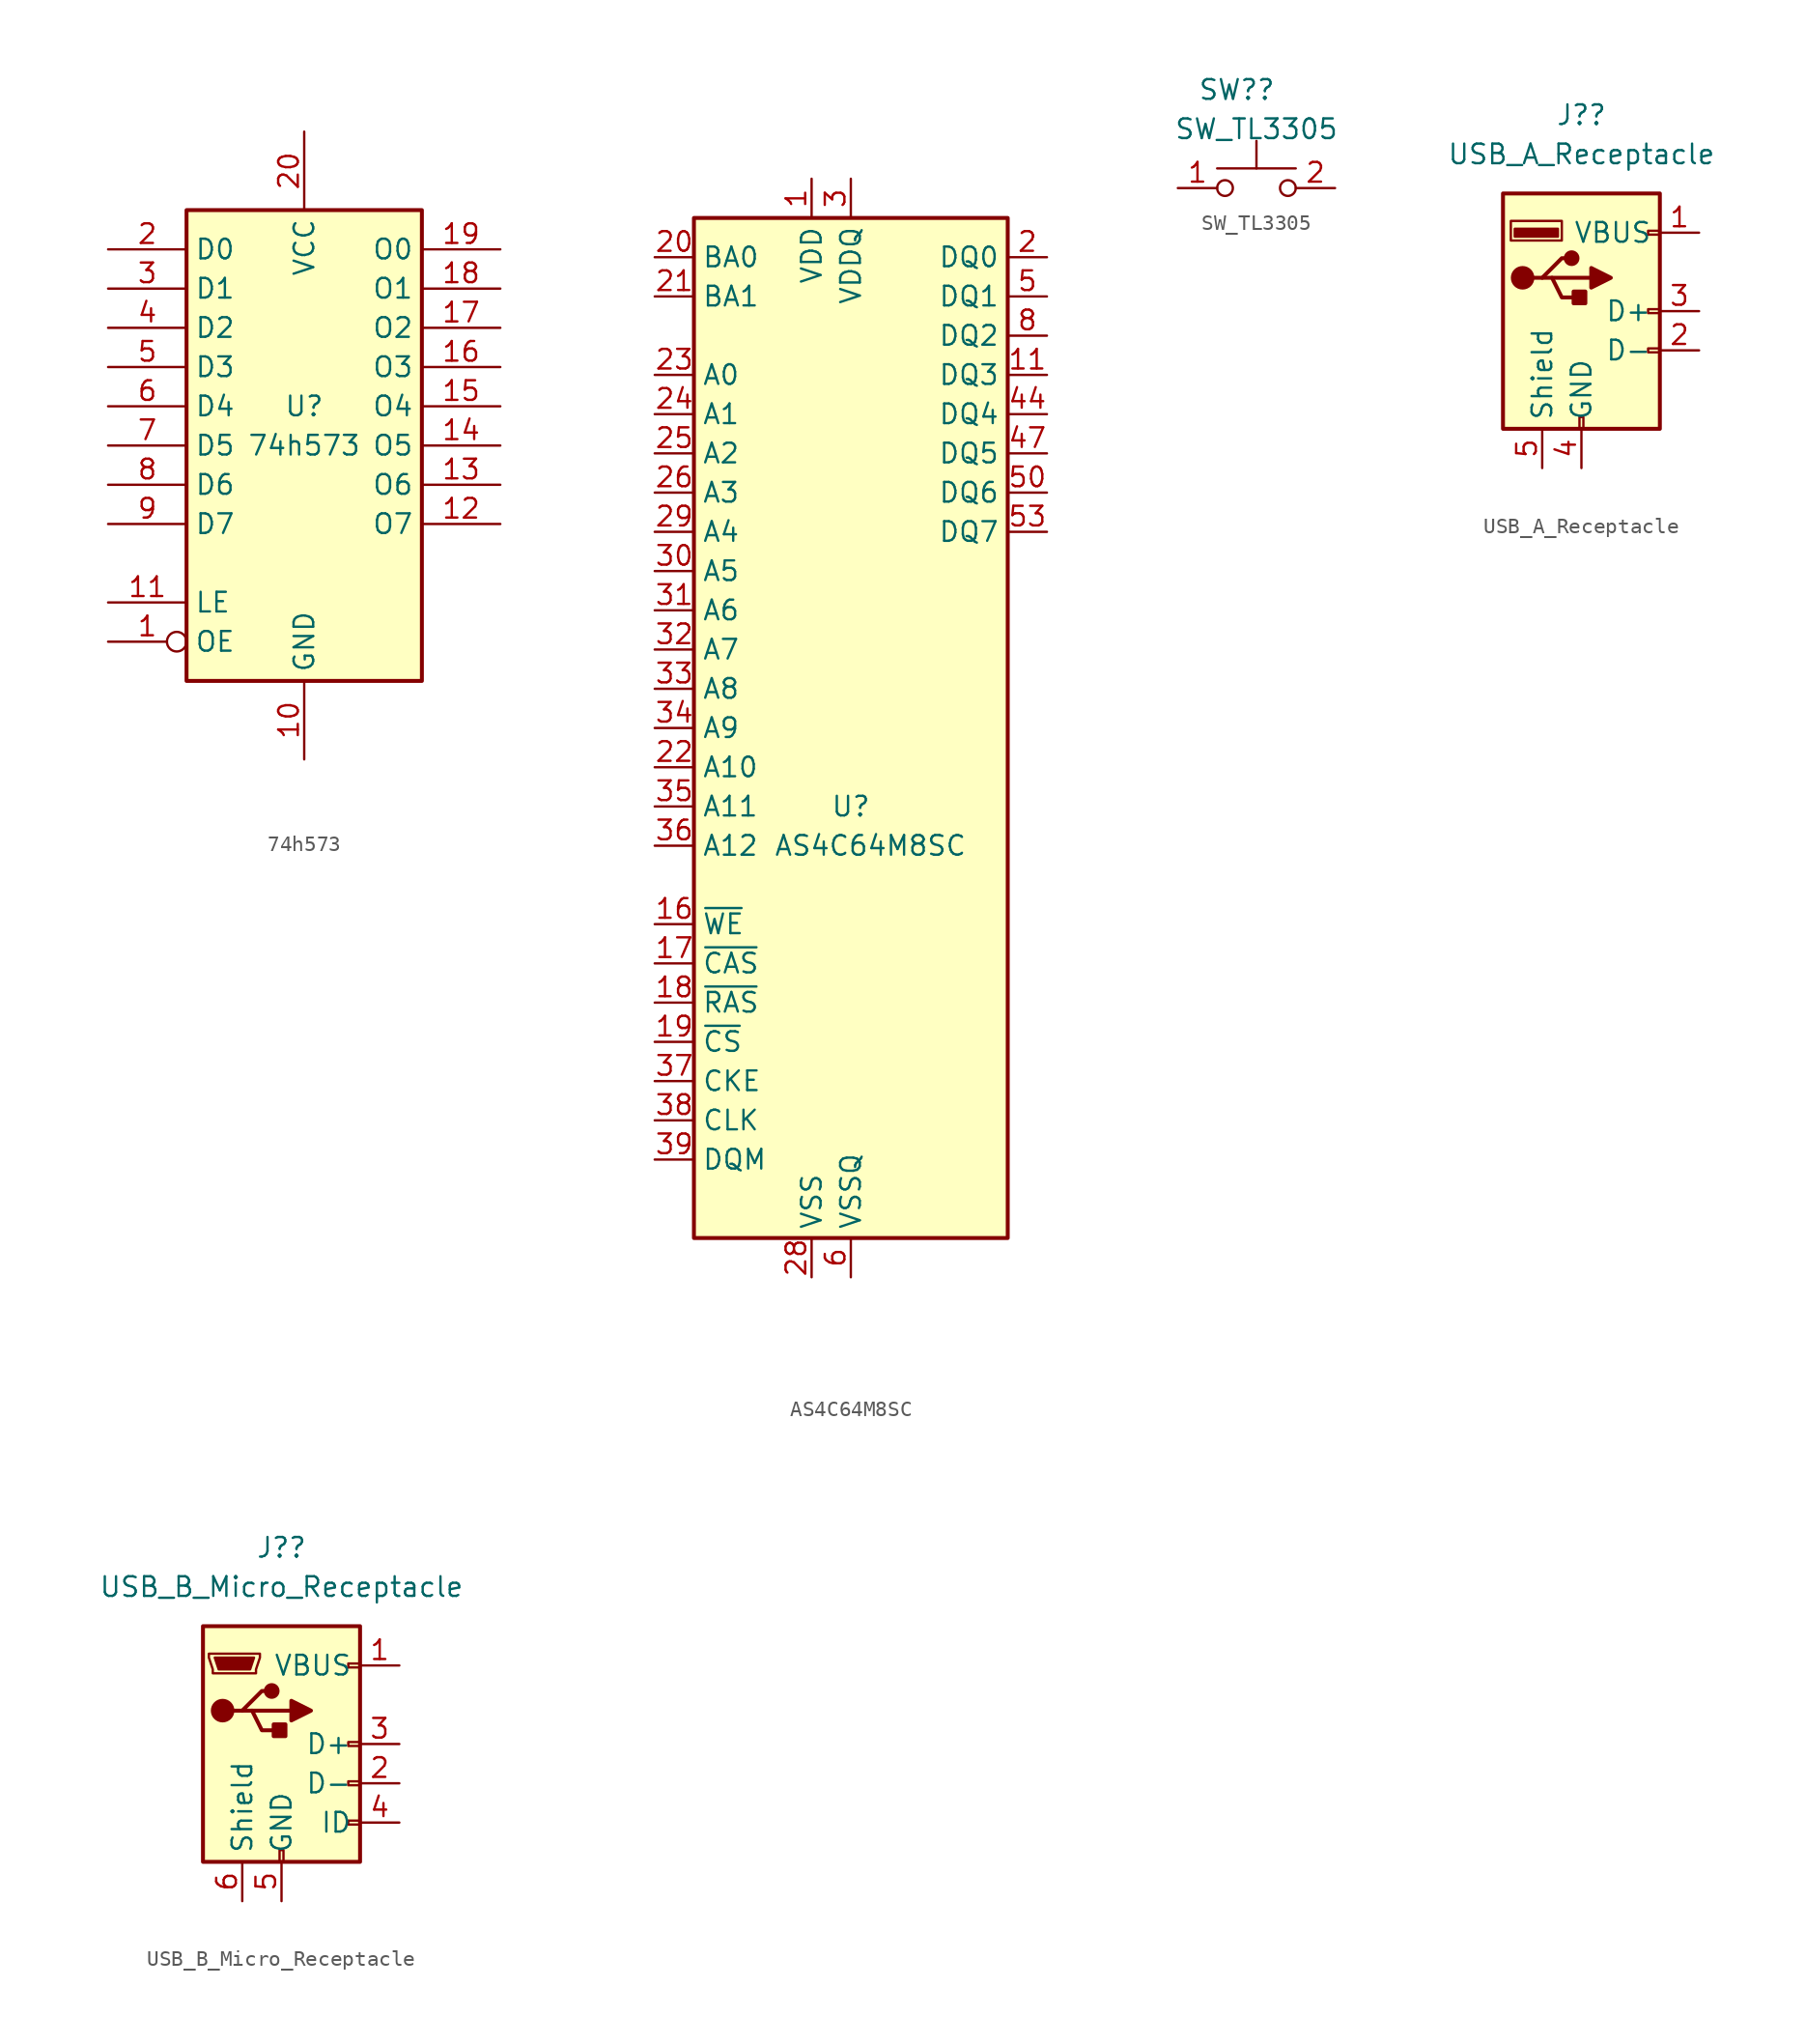
<source format=kicad_sym>
(kicad_symbol_lib
  (version 20211014)
  (generator kicad_symbol_editor)
  (symbol "74h573"
    (property "Reference" "U"
      (at 0 1.27 0)
      (effects (font (size 1.27 1.27))))
    (property "Value" "74h573"
      (at 0 -1.27 0)
      (effects (font (size 1.27 1.27))))
    (symbol "74h573_1_0"
      (pin input inverted (at -12.7 -13.97 0) (length 5.08) (name "OE" (effects (font (size 1.27 1.27)))) (number "1" (effects (font (size 1.27 1.27)))))
      (pin power_in line (at 0 -21.59 90) (length 5.08) (name "GND" (effects (font (size 1.27 1.27)))) (number "10" (effects (font (size 1.27 1.27)))))
      (pin input line (at -12.7 -11.43 0) (length 5.08) (name "LE" (effects (font (size 1.27 1.27)))) (number "11" (effects (font (size 1.27 1.27)))))
      (pin tri_state line (at 12.7 -6.35 180) (length 5.08) (name "O7" (effects (font (size 1.27 1.27)))) (number "12" (effects (font (size 1.27 1.27)))))
      (pin tri_state line (at 12.7 -3.81 180) (length 5.08) (name "O6" (effects (font (size 1.27 1.27)))) (number "13" (effects (font (size 1.27 1.27)))))
      (pin tri_state line (at 12.7 -1.27 180) (length 5.08) (name "O5" (effects (font (size 1.27 1.27)))) (number "14" (effects (font (size 1.27 1.27)))))
      (pin tri_state line (at 12.7 1.27 180) (length 5.08) (name "O4" (effects (font (size 1.27 1.27)))) (number "15" (effects (font (size 1.27 1.27)))))
      (pin tri_state line (at 12.7 3.81 180) (length 5.08) (name "O3" (effects (font (size 1.27 1.27)))) (number "16" (effects (font (size 1.27 1.27)))))
      (pin tri_state line (at 12.7 6.35 180) (length 5.08) (name "O2" (effects (font (size 1.27 1.27)))) (number "17" (effects (font (size 1.27 1.27)))))
      (pin tri_state line (at 12.7 8.89 180) (length 5.08) (name "O1" (effects (font (size 1.27 1.27)))) (number "18" (effects (font (size 1.27 1.27)))))
      (pin tri_state line (at 12.7 11.43 180) (length 5.08) (name "O0" (effects (font (size 1.27 1.27)))) (number "19" (effects (font (size 1.27 1.27)))))
      (pin input line (at -12.7 11.43 0) (length 5.08) (name "D0" (effects (font (size 1.27 1.27)))) (number "2" (effects (font (size 1.27 1.27)))))
      (pin power_in line (at 0 19.05 270) (length 5.08) (name "VCC" (effects (font (size 1.27 1.27)))) (number "20" (effects (font (size 1.27 1.27)))))
      (pin input line (at -12.7 8.89 0) (length 5.08) (name "D1" (effects (font (size 1.27 1.27)))) (number "3" (effects (font (size 1.27 1.27)))))
      (pin input line (at -12.7 6.35 0) (length 5.08) (name "D2" (effects (font (size 1.27 1.27)))) (number "4" (effects (font (size 1.27 1.27)))))
      (pin input line (at -12.7 3.81 0) (length 5.08) (name "D3" (effects (font (size 1.27 1.27)))) (number "5" (effects (font (size 1.27 1.27)))))
      (pin input line (at -12.7 1.27 0) (length 5.08) (name "D4" (effects (font (size 1.27 1.27)))) (number "6" (effects (font (size 1.27 1.27)))))
      (pin input line (at -12.7 -1.27 0) (length 5.08) (name "D5" (effects (font (size 1.27 1.27)))) (number "7" (effects (font (size 1.27 1.27)))))
      (pin input line (at -12.7 -3.81 0) (length 5.08) (name "D6" (effects (font (size 1.27 1.27)))) (number "8" (effects (font (size 1.27 1.27)))))
      (pin input line (at -12.7 -6.35 0) (length 5.08) (name "D7" (effects (font (size 1.27 1.27)))) (number "9" (effects (font (size 1.27 1.27))))))
    (symbol "74h573_1_1"
      (rectangle (start -7.62 13.97) (end 7.62 -16.51) (stroke (width 0.254) (type default) (color 0 0 0 0)) (fill (type background)))))
  (symbol "AS4C64M8SC"
    (property "Reference" "U"
      (at 0 5.08 0)
      (effects (font (size 1.27 1.27))))
    (property "Value" "AS4C64M8SC"
      (at 1.27 2.54 0)
      (effects (font (size 1.27 1.27))))
    (symbol "AS4C64M8SC_0_1"
      (rectangle (start -10.16 43.18) (end 10.16 -22.86) (stroke (width 0.254) (type default) (color 0 0 0 0)) (fill (type background))))
    (symbol "AS4C64M8SC_1_1"
      (pin power_in line (at -2.54 45.72 270) (length 2.54) (name "VDD" (effects (font (size 1.27 1.27)))) (number "1" (effects (font (size 1.27 1.27)))))
      (pin no_connect line (at 12.7 10.16 180) (length 2.54) hide (name "NC" (effects (font (size 1.27 1.27)))) (number "10" (effects (font (size 1.27 1.27)))))
      (pin bidirectional line (at 12.7 33.02 180) (length 2.54) (name "DQ3" (effects (font (size 1.27 1.27)))) (number "11" (effects (font (size 1.27 1.27)))))
      (pin passive line (at 12.7 -20.32 180) (length 2.54) hide (name "VSSQ" (effects (font (size 1.27 1.27)))) (number "12" (effects (font (size 1.27 1.27)))))
      (pin no_connect line (at 12.7 10.16 180) (length 2.54) hide (name "NC" (effects (font (size 1.27 1.27)))) (number "13" (effects (font (size 1.27 1.27)))))
      (pin passive line (at 12.7 15.24 180) (length 2.54) hide (name "VDD" (effects (font (size 1.27 1.27)))) (number "14" (effects (font (size 1.27 1.27)))))
      (pin no_connect line (at 12.7 10.16 180) (length 2.54) hide (name "NC" (effects (font (size 1.27 1.27)))) (number "15" (effects (font (size 1.27 1.27)))))
      (pin input line (at -12.7 -2.54 0) (length 2.54) (name "~{WE}" (effects (font (size 1.27 1.27)))) (number "16" (effects (font (size 1.27 1.27)))))
      (pin input line (at -12.7 -5.08 0) (length 2.54) (name "~{CAS}" (effects (font (size 1.27 1.27)))) (number "17" (effects (font (size 1.27 1.27)))))
      (pin input line (at -12.7 -7.62 0) (length 2.54) (name "~{RAS}" (effects (font (size 1.27 1.27)))) (number "18" (effects (font (size 1.27 1.27)))))
      (pin input line (at -12.7 -10.16 0) (length 2.54) (name "~{CS}" (effects (font (size 1.27 1.27)))) (number "19" (effects (font (size 1.27 1.27)))))
      (pin bidirectional line (at 12.7 40.64 180) (length 2.54) (name "DQ0" (effects (font (size 1.27 1.27)))) (number "2" (effects (font (size 1.27 1.27)))))
      (pin input line (at -12.7 40.64 0) (length 2.54) (name "BA0" (effects (font (size 1.27 1.27)))) (number "20" (effects (font (size 1.27 1.27)))))
      (pin input line (at -12.7 38.1 0) (length 2.54) (name "BA1" (effects (font (size 1.27 1.27)))) (number "21" (effects (font (size 1.27 1.27)))))
      (pin input line (at -12.7 7.62 0) (length 2.54) (name "A10" (effects (font (size 1.27 1.27)))) (number "22" (effects (font (size 1.27 1.27)))))
      (pin input line (at -12.7 33.02 0) (length 2.54) (name "A0" (effects (font (size 1.27 1.27)))) (number "23" (effects (font (size 1.27 1.27)))))
      (pin input line (at -12.7 30.48 0) (length 2.54) (name "A1" (effects (font (size 1.27 1.27)))) (number "24" (effects (font (size 1.27 1.27)))))
      (pin input line (at -12.7 27.94 0) (length 2.54) (name "A2" (effects (font (size 1.27 1.27)))) (number "25" (effects (font (size 1.27 1.27)))))
      (pin input line (at -12.7 25.4 0) (length 2.54) (name "A3" (effects (font (size 1.27 1.27)))) (number "26" (effects (font (size 1.27 1.27)))))
      (pin passive line (at 12.7 15.24 180) (length 2.54) hide (name "VDD" (effects (font (size 1.27 1.27)))) (number "27" (effects (font (size 1.27 1.27)))))
      (pin power_in line (at -2.54 -25.4 90) (length 2.54) (name "VSS" (effects (font (size 1.27 1.27)))) (number "28" (effects (font (size 1.27 1.27)))))
      (pin input line (at -12.7 22.86 0) (length 2.54) (name "A4" (effects (font (size 1.27 1.27)))) (number "29" (effects (font (size 1.27 1.27)))))
      (pin power_in line (at 0 45.72 270) (length 2.54) (name "VDDQ" (effects (font (size 1.27 1.27)))) (number "3" (effects (font (size 1.27 1.27)))))
      (pin input line (at -12.7 20.32 0) (length 2.54) (name "A5" (effects (font (size 1.27 1.27)))) (number "30" (effects (font (size 1.27 1.27)))))
      (pin input line (at -12.7 17.78 0) (length 2.54) (name "A6" (effects (font (size 1.27 1.27)))) (number "31" (effects (font (size 1.27 1.27)))))
      (pin input line (at -12.7 15.24 0) (length 2.54) (name "A7" (effects (font (size 1.27 1.27)))) (number "32" (effects (font (size 1.27 1.27)))))
      (pin input line (at -12.7 12.7 0) (length 2.54) (name "A8" (effects (font (size 1.27 1.27)))) (number "33" (effects (font (size 1.27 1.27)))))
      (pin input line (at -12.7 10.16 0) (length 2.54) (name "A9" (effects (font (size 1.27 1.27)))) (number "34" (effects (font (size 1.27 1.27)))))
      (pin input line (at -12.7 5.08 0) (length 2.54) (name "A11" (effects (font (size 1.27 1.27)))) (number "35" (effects (font (size 1.27 1.27)))))
      (pin input line (at -12.7 2.54 0) (length 2.54) (name "A12" (effects (font (size 1.27 1.27)))) (number "36" (effects (font (size 1.27 1.27)))))
      (pin input line (at -12.7 -12.7 0) (length 2.54) (name "CKE" (effects (font (size 1.27 1.27)))) (number "37" (effects (font (size 1.27 1.27)))))
      (pin input line (at -12.7 -15.24 0) (length 2.54) (name "CLK" (effects (font (size 1.27 1.27)))) (number "38" (effects (font (size 1.27 1.27)))))
      (pin input line (at -12.7 -17.78 0) (length 2.54) (name "DQM" (effects (font (size 1.27 1.27)))) (number "39" (effects (font (size 1.27 1.27)))))
      (pin no_connect line (at 12.7 10.16 180) (length 2.54) hide (name "NC" (effects (font (size 1.27 1.27)))) (number "4" (effects (font (size 1.27 1.27)))))
      (pin no_connect line (at 12.7 7.62 180) (length 2.54) hide (name "NC/RFU" (effects (font (size 1.27 1.27)))) (number "40" (effects (font (size 1.27 1.27)))))
      (pin passive line (at 12.7 -17.78 180) (length 2.54) hide (name "VSS" (effects (font (size 1.27 1.27)))) (number "41" (effects (font (size 1.27 1.27)))))
      (pin no_connect line (at 12.7 10.16 180) (length 2.54) hide (name "NC" (effects (font (size 1.27 1.27)))) (number "42" (effects (font (size 1.27 1.27)))))
      (pin passive line (at 12.7 12.7 180) (length 2.54) hide (name "VDDQ" (effects (font (size 1.27 1.27)))) (number "43" (effects (font (size 1.27 1.27)))))
      (pin bidirectional line (at 12.7 30.48 180) (length 2.54) (name "DQ4" (effects (font (size 1.27 1.27)))) (number "44" (effects (font (size 1.27 1.27)))))
      (pin no_connect line (at 12.7 10.16 180) (length 2.54) hide (name "NC" (effects (font (size 1.27 1.27)))) (number "45" (effects (font (size 1.27 1.27)))))
      (pin passive line (at 12.7 -20.32 180) (length 2.54) hide (name "VSSQ" (effects (font (size 1.27 1.27)))) (number "46" (effects (font (size 1.27 1.27)))))
      (pin bidirectional line (at 12.7 27.94 180) (length 2.54) (name "DQ5" (effects (font (size 1.27 1.27)))) (number "47" (effects (font (size 1.27 1.27)))))
      (pin no_connect line (at 12.7 10.16 180) (length 2.54) hide (name "NC" (effects (font (size 1.27 1.27)))) (number "48" (effects (font (size 1.27 1.27)))))
      (pin passive line (at 12.7 12.7 180) (length 2.54) hide (name "VDDQ" (effects (font (size 1.27 1.27)))) (number "49" (effects (font (size 1.27 1.27)))))
      (pin bidirectional line (at 12.7 38.1 180) (length 2.54) (name "DQ1" (effects (font (size 1.27 1.27)))) (number "5" (effects (font (size 1.27 1.27)))))
      (pin bidirectional line (at 12.7 25.4 180) (length 2.54) (name "DQ6" (effects (font (size 1.27 1.27)))) (number "50" (effects (font (size 1.27 1.27)))))
      (pin no_connect line (at 12.7 10.16 180) (length 2.54) hide (name "NC" (effects (font (size 1.27 1.27)))) (number "51" (effects (font (size 1.27 1.27)))))
      (pin passive line (at 12.7 -20.32 180) (length 2.54) hide (name "VSSQ" (effects (font (size 1.27 1.27)))) (number "52" (effects (font (size 1.27 1.27)))))
      (pin bidirectional line (at 12.7 22.86 180) (length 2.54) (name "DQ7" (effects (font (size 1.27 1.27)))) (number "53" (effects (font (size 1.27 1.27)))))
      (pin passive line (at 12.7 -17.78 180) (length 2.54) hide (name "VSS" (effects (font (size 1.27 1.27)))) (number "54" (effects (font (size 1.27 1.27)))))
      (pin power_in line (at 0 -25.4 90) (length 2.54) (name "VSSQ" (effects (font (size 1.27 1.27)))) (number "6" (effects (font (size 1.27 1.27)))))
      (pin no_connect line (at 12.7 10.16 180) (length 2.54) hide (name "NC" (effects (font (size 1.27 1.27)))) (number "7" (effects (font (size 1.27 1.27)))))
      (pin bidirectional line (at 12.7 35.56 180) (length 2.54) (name "DQ2" (effects (font (size 1.27 1.27)))) (number "8" (effects (font (size 1.27 1.27)))))
      (pin passive line (at 12.7 12.7 180) (length 2.54) hide (name "VDDQ" (effects (font (size 1.27 1.27)))) (number "9" (effects (font (size 1.27 1.27)))))))
  (symbol "SW_TL3305"
    (property "Reference" "SW?"
      (at -1.27 6.35 0)
      (effects (font (size 1.27 1.27))))
    (property "Value" "SW_TL3305"
      (at 0 3.81 0)
      (effects (font (size 1.27 1.27))))
    (symbol "SW_TL3305_0_1"
      (circle (center -2.032 0) (radius 0.508) (stroke (width 0) (type default) (color 0 0 0 0)) (fill (type none)))
      (polyline (pts (xy 0 1.27) (xy 0 3.048)) (stroke (width 0) (type default) (color 0 0 0 0)) (fill (type none)))
      (polyline (pts (xy 2.54 1.27) (xy -2.54 1.27)) (stroke (width 0) (type default) (color 0 0 0 0)) (fill (type none)))
      (circle (center 2.032 0) (radius 0.508) (stroke (width 0) (type default) (color 0 0 0 0)) (fill (type none)))
      (pin passive line (at -5.08 0 0) (length 2.54) (name "" (effects (font (size 1.27 1.27)))) (number "1" (effects (font (size 1.27 1.27)))))
      (pin passive line (at 5.08 0 180) (length 2.54) (name "" (effects (font (size 1.27 1.27)))) (number "2" (effects (font (size 1.27 1.27)))))))
  (symbol "USB_A_Receptacle"
    (property "Reference" "J?"
      (at 0 11.43 0)
      (effects (font (size 1.27 1.27))))
    (property "Value" "USB_A_Receptacle"
      (at 0 8.89 0)
      (effects (font (size 1.27 1.27))))
    (symbol "USB_A_Receptacle_0_1"
      (rectangle (start -5.08 -8.89) (end 5.08 6.35) (stroke (width 0.254) (type default) (color 0 0 0 0)) (fill (type background)))
      (circle (center -3.81 0.889) (radius 0.635) (stroke (width 0.254) (type default) (color 0 0 0 0)) (fill (type outline)))
      (rectangle (start -1.524 3.556) (end -4.318 4.064) (stroke (width 0) (type default) (color 0 0 0 0)) (fill (type outline)))
      (rectangle (start -1.27 3.302) (end -4.572 4.572) (stroke (width 0) (type default) (color 0 0 0 0)) (fill (type none)))
      (circle (center -0.635 2.159) (radius 0.381) (stroke (width 0.254) (type default) (color 0 0 0 0)) (fill (type outline)))
      (rectangle (start -0.127 -8.89) (end 0.127 -8.128) (stroke (width 0) (type default) (color 0 0 0 0)) (fill (type none)))
      (polyline (pts (xy -3.175 0.889) (xy -2.54 0.889) (xy -1.27 2.159) (xy -0.635 2.159)) (stroke (width 0.254) (type default) (color 0 0 0 0)) (fill (type none)))
      (polyline (pts (xy -2.54 0.889) (xy -1.905 0.889) (xy -1.27 -0.381) (xy 0 -0.381)) (stroke (width 0.254) (type default) (color 0 0 0 0)) (fill (type none)))
      (polyline (pts (xy 0.635 1.524) (xy 0.635 0.254) (xy 1.905 0.889) (xy 0.635 1.524)) (stroke (width 0.254) (type default) (color 0 0 0 0)) (fill (type outline)))
      (rectangle (start 0.254 0) (end -0.508 -0.762) (stroke (width 0.254) (type default) (color 0 0 0 0)) (fill (type outline)))
      (rectangle (start 5.08 -3.937) (end 4.318 -3.683) (stroke (width 0) (type default) (color 0 0 0 0)) (fill (type none)))
      (rectangle (start 5.08 -1.397) (end 4.318 -1.143) (stroke (width 0) (type default) (color 0 0 0 0)) (fill (type none)))
      (rectangle (start 5.08 3.683) (end 4.318 3.937) (stroke (width 0) (type default) (color 0 0 0 0)) (fill (type none))))
    (symbol "USB_A_Receptacle_1_1"
      (polyline (pts (xy -1.905 0.889) (xy 0.635 0.889)) (stroke (width 0.254) (type default) (color 0 0 0 0)) (fill (type none)))
      (pin power_in line (at 7.62 3.81 180) (length 2.54) (name "VBUS" (effects (font (size 1.27 1.27)))) (number "1" (effects (font (size 1.27 1.27)))))
      (pin bidirectional line (at 7.62 -3.81 180) (length 2.54) (name "D-" (effects (font (size 1.27 1.27)))) (number "2" (effects (font (size 1.27 1.27)))))
      (pin bidirectional line (at 7.62 -1.27 180) (length 2.54) (name "D+" (effects (font (size 1.27 1.27)))) (number "3" (effects (font (size 1.27 1.27)))))
      (pin power_in line (at 0 -11.43 90) (length 2.54) (name "GND" (effects (font (size 1.27 1.27)))) (number "4" (effects (font (size 1.27 1.27)))))
      (pin passive line (at -2.54 -11.43 90) (length 2.54) (name "Shield" (effects (font (size 1.27 1.27)))) (number "5" (effects (font (size 1.27 1.27)))))))
  (symbol "USB_B_Micro_Receptacle"
    (property "Reference" "J?"
      (at 0 0 0)
      (effects (font (size 1.27 1.27))))
    (property "Value" "USB_B_Micro_Receptacle"
      (at 0 -2.54 0)
      (effects (font (size 1.27 1.27))))
    (symbol "USB_B_Micro_Receptacle_0_1"
      (rectangle (start -5.08 -20.32) (end 5.08 -5.08) (stroke (width 0.254) (type default) (color 0 0 0 0)) (fill (type background)))
      (circle (center -3.81 -10.541) (radius 0.635) (stroke (width 0.254) (type default) (color 0 0 0 0)) (fill (type outline)))
      (circle (center -0.635 -9.271) (radius 0.381) (stroke (width 0.254) (type default) (color 0 0 0 0)) (fill (type outline)))
      (rectangle (start -0.127 -20.32) (end 0.127 -19.558) (stroke (width 0) (type default) (color 0 0 0 0)) (fill (type none)))
      (polyline (pts (xy -1.905 -10.541) (xy 0.635 -10.541)) (stroke (width 0.254) (type default) (color 0 0 0 0)) (fill (type none)))
      (polyline (pts (xy -3.175 -10.541) (xy -2.54 -10.541) (xy -1.27 -9.271) (xy -0.635 -9.271)) (stroke (width 0.254) (type default) (color 0 0 0 0)) (fill (type none)))
      (polyline (pts (xy -2.54 -10.541) (xy -1.905 -10.541) (xy -1.27 -11.811) (xy 0 -11.811)) (stroke (width 0.254) (type default) (color 0 0 0 0)) (fill (type none)))
      (polyline (pts (xy 0.635 -9.906) (xy 0.635 -11.176) (xy 1.905 -10.541) (xy 0.635 -9.906)) (stroke (width 0.254) (type default) (color 0 0 0 0)) (fill (type outline)))
      (polyline (pts (xy -4.318 -7.112) (xy -1.778 -7.112) (xy -2.032 -7.874) (xy -4.064 -7.874) (xy -4.318 -7.112)) (stroke (width 0) (type default) (color 0 0 0 0)) (fill (type outline)))
      (polyline (pts (xy -4.699 -6.858) (xy -4.699 -7.112) (xy -4.445 -7.874) (xy -4.445 -8.128) (xy -1.651 -8.128) (xy -1.651 -7.874) (xy -1.397 -7.112) (xy -1.397 -6.858) (xy -4.699 -6.858)) (stroke (width 0) (type default) (color 0 0 0 0)) (fill (type none)))
      (rectangle (start 0.254 -11.43) (end -0.508 -12.192) (stroke (width 0.254) (type default) (color 0 0 0 0)) (fill (type outline)))
      (rectangle (start 5.08 -17.907) (end 4.318 -17.653) (stroke (width 0) (type default) (color 0 0 0 0)) (fill (type none)))
      (rectangle (start 5.08 -15.367) (end 4.318 -15.113) (stroke (width 0) (type default) (color 0 0 0 0)) (fill (type none)))
      (rectangle (start 5.08 -12.827) (end 4.318 -12.573) (stroke (width 0) (type default) (color 0 0 0 0)) (fill (type none)))
      (rectangle (start 5.08 -7.747) (end 4.318 -7.493) (stroke (width 0) (type default) (color 0 0 0 0)) (fill (type none))))
    (symbol "USB_B_Micro_Receptacle_1_1"
      (pin power_out line (at 7.62 -7.62 180) (length 2.54) (name "VBUS" (effects (font (size 1.27 1.27)))) (number "1" (effects (font (size 1.27 1.27)))))
      (pin bidirectional line (at 7.62 -15.24 180) (length 2.54) (name "D-" (effects (font (size 1.27 1.27)))) (number "2" (effects (font (size 1.27 1.27)))))
      (pin bidirectional line (at 7.62 -12.7 180) (length 2.54) (name "D+" (effects (font (size 1.27 1.27)))) (number "3" (effects (font (size 1.27 1.27)))))
      (pin passive line (at 7.62 -17.78 180) (length 2.54) (name "ID" (effects (font (size 1.27 1.27)))) (number "4" (effects (font (size 1.27 1.27)))))
      (pin power_out line (at 0 -22.86 90) (length 2.54) (name "GND" (effects (font (size 1.27 1.27)))) (number "5" (effects (font (size 1.27 1.27)))))
      (pin passive line (at -2.54 -22.86 90) (length 2.54) (name "Shield" (effects (font (size 1.27 1.27)))) (number "6" (effects (font (size 1.27 1.27))))))))
</source>
